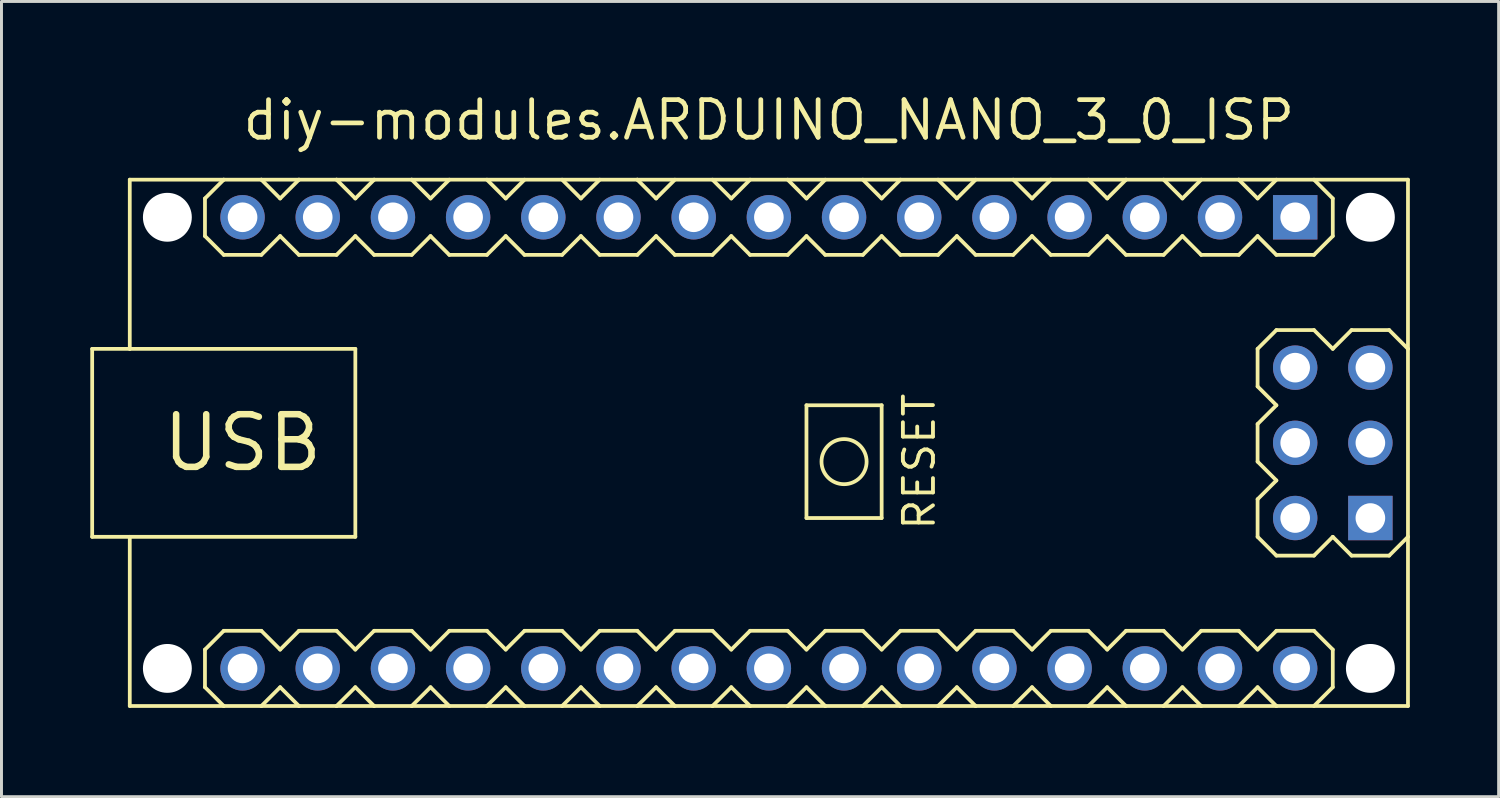
<source format=kicad_pcb>
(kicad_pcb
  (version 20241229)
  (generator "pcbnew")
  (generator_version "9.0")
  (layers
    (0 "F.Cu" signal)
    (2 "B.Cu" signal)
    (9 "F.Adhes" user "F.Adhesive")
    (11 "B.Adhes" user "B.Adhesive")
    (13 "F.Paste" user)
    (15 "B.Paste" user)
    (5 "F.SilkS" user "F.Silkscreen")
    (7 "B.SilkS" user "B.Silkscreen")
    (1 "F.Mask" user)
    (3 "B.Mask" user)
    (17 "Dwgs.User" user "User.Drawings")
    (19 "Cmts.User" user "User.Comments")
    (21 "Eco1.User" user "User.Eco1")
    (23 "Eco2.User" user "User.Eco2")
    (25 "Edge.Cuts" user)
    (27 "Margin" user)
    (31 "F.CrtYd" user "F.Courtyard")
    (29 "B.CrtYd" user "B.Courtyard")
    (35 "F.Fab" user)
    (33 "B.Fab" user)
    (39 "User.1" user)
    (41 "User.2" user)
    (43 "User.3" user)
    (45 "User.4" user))
  (footprint "diy-modules.ARDUINO_NANO_3_0_ISP"
    (layer "F.Cu")
    (at 22.924 11.91)
    (property "Reference" "diy-modules.ARDUINO_NANO_3_0_ISP" (at 0 -10.16 0) (layer "F.SilkS") (effects (font (size 1.27 1.27) (thickness 0.16)) (justify bottom)))
    (attr through_hole)
    (fp_line (start -22.86 -3.175) (end -22.86 3.175) (stroke (width 0.127) (type default)) (layer "F.SilkS"))
    (fp_line (start -22.86 3.175) (end -21.59 3.175) (stroke (width 0.127) (type default)) (layer "F.SilkS"))
    (fp_line (start -21.59 -8.89) (end -21.59 -3.175) (stroke (width 0.127) (type default)) (layer "F.SilkS"))
    (fp_line (start -21.59 -3.175) (end -22.86 -3.175) (stroke (width 0.127) (type default)) (layer "F.SilkS"))
    (fp_line (start -21.59 -3.175) (end -13.97 -3.175) (stroke (width 0.127) (type default)) (layer "F.SilkS"))
    (fp_line (start -21.59 3.175) (end -21.59 8.89) (stroke (width 0.127) (type default)) (layer "F.SilkS"))
    (fp_line (start -21.59 8.89) (end -18.415 8.89) (stroke (width 0.127) (type default)) (layer "F.SilkS"))
    (fp_line (start -19.05 -8.255) (end -19.05 -6.985) (stroke (width 0.127) (type default)) (layer "F.SilkS"))
    (fp_line (start -19.05 -6.985) (end -18.415 -6.35) (stroke (width 0.127) (type default)) (layer "F.SilkS"))
    (fp_line (start -19.05 6.985) (end -19.05 8.255) (stroke (width 0.127) (type default)) (layer "F.SilkS"))
    (fp_line (start -19.05 8.255) (end -18.415 8.89) (stroke (width 0.127) (type default)) (layer "F.SilkS"))
    (fp_line (start -18.415 -8.89) (end -21.59 -8.89) (stroke (width 0.127) (type default)) (layer "F.SilkS"))
    (fp_line (start -18.415 -8.89) (end -19.05 -8.255) (stroke (width 0.127) (type default)) (layer "F.SilkS"))
    (fp_line (start -18.415 -6.35) (end -17.145 -6.35) (stroke (width 0.127) (type default)) (layer "F.SilkS"))
    (fp_line (start -18.415 6.35) (end -19.05 6.985) (stroke (width 0.127) (type default)) (layer "F.SilkS"))
    (fp_line (start -18.415 8.89) (end -17.145 8.89) (stroke (width 0.127) (type default)) (layer "F.SilkS"))
    (fp_line (start -17.145 -8.89) (end -18.415 -8.89) (stroke (width 0.127) (type default)) (layer "F.SilkS"))
    (fp_line (start -17.145 -6.35) (end -16.51 -6.985) (stroke (width 0.127) (type default)) (layer "F.SilkS"))
    (fp_line (start -17.145 6.35) (end -18.415 6.35) (stroke (width 0.127) (type default)) (layer "F.SilkS"))
    (fp_line (start -17.145 8.89) (end -16.51 8.255) (stroke (width 0.127) (type default)) (layer "F.SilkS"))
    (fp_line (start -17.145 8.89) (end -15.875 8.89) (stroke (width 0.127) (type default)) (layer "F.SilkS"))
    (fp_line (start -16.51 -8.255) (end -17.145 -8.89) (stroke (width 0.127) (type default)) (layer "F.SilkS"))
    (fp_line (start -16.51 -6.985) (end -15.875 -6.35) (stroke (width 0.127) (type default)) (layer "F.SilkS"))
    (fp_line (start -16.51 6.985) (end -17.145 6.35) (stroke (width 0.127) (type default)) (layer "F.SilkS"))
    (fp_line (start -16.51 8.255) (end -15.875 8.89) (stroke (width 0.127) (type default)) (layer "F.SilkS"))
    (fp_line (start -15.875 -8.89) (end -17.145 -8.89) (stroke (width 0.127) (type default)) (layer "F.SilkS"))
    (fp_line (start -15.875 -8.89) (end -16.51 -8.255) (stroke (width 0.127) (type default)) (layer "F.SilkS"))
    (fp_line (start -15.875 -6.35) (end -14.605 -6.35) (stroke (width 0.127) (type default)) (layer "F.SilkS"))
    (fp_line (start -15.875 6.35) (end -16.51 6.985) (stroke (width 0.127) (type default)) (layer "F.SilkS"))
    (fp_line (start -15.875 8.89) (end -14.605 8.89) (stroke (width 0.127) (type default)) (layer "F.SilkS"))
    (fp_line (start -14.605 -8.89) (end -15.875 -8.89) (stroke (width 0.127) (type default)) (layer "F.SilkS"))
    (fp_line (start -14.605 -6.35) (end -13.97 -6.985) (stroke (width 0.127) (type default)) (layer "F.SilkS"))
    (fp_line (start -14.605 6.35) (end -15.875 6.35) (stroke (width 0.127) (type default)) (layer "F.SilkS"))
    (fp_line (start -14.605 8.89) (end -13.97 8.255) (stroke (width 0.127) (type default)) (layer "F.SilkS"))
    (fp_line (start -14.605 8.89) (end -13.335 8.89) (stroke (width 0.127) (type default)) (layer "F.SilkS"))
    (fp_line (start -13.97 -8.255) (end -14.605 -8.89) (stroke (width 0.127) (type default)) (layer "F.SilkS"))
    (fp_line (start -13.97 -6.985) (end -13.335 -6.35) (stroke (width 0.127) (type default)) (layer "F.SilkS"))
    (fp_line (start -13.97 -3.175) (end -13.97 3.175) (stroke (width 0.127) (type default)) (layer "F.SilkS"))
    (fp_line (start -13.97 3.175) (end -21.59 3.175) (stroke (width 0.127) (type default)) (layer "F.SilkS"))
    (fp_line (start -13.97 6.985) (end -14.605 6.35) (stroke (width 0.127) (type default)) (layer "F.SilkS"))
    (fp_line (start -13.97 8.255) (end -13.335 8.89) (stroke (width 0.127) (type default)) (layer "F.SilkS"))
    (fp_line (start -13.335 -8.89) (end -14.605 -8.89) (stroke (width 0.127) (type default)) (layer "F.SilkS"))
    (fp_line (start -13.335 -8.89) (end -13.97 -8.255) (stroke (width 0.127) (type default)) (layer "F.SilkS"))
    (fp_line (start -13.335 -6.35) (end -12.065 -6.35) (stroke (width 0.127) (type default)) (layer "F.SilkS"))
    (fp_line (start -13.335 6.35) (end -13.97 6.985) (stroke (width 0.127) (type default)) (layer "F.SilkS"))
    (fp_line (start -13.335 8.89) (end -12.065 8.89) (stroke (width 0.127) (type default)) (layer "F.SilkS"))
    (fp_line (start -12.065 -8.89) (end -13.335 -8.89) (stroke (width 0.127) (type default)) (layer "F.SilkS"))
    (fp_line (start -12.065 -6.35) (end -11.43 -6.985) (stroke (width 0.127) (type default)) (layer "F.SilkS"))
    (fp_line (start -12.065 6.35) (end -13.335 6.35) (stroke (width 0.127) (type default)) (layer "F.SilkS"))
    (fp_line (start -12.065 8.89) (end -11.43 8.255) (stroke (width 0.127) (type default)) (layer "F.SilkS"))
    (fp_line (start -12.065 8.89) (end -9.525 8.89) (stroke (width 0.127) (type default)) (layer "F.SilkS"))
    (fp_line (start -11.43 -8.255) (end -12.065 -8.89) (stroke (width 0.127) (type default)) (layer "F.SilkS"))
    (fp_line (start -11.43 -6.985) (end -10.795 -6.35) (stroke (width 0.127) (type default)) (layer "F.SilkS"))
    (fp_line (start -11.43 6.985) (end -12.065 6.35) (stroke (width 0.127) (type default)) (layer "F.SilkS"))
    (fp_line (start -10.795 -8.89) (end -11.43 -8.255) (stroke (width 0.127) (type default)) (layer "F.SilkS"))
    (fp_line (start -10.795 -6.35) (end -9.525 -6.35) (stroke (width 0.127) (type default)) (layer "F.SilkS"))
    (fp_line (start -10.795 6.35) (end -11.43 6.985) (stroke (width 0.127) (type default)) (layer "F.SilkS"))
    (fp_line (start -10.795 6.35) (end -9.525 6.35) (stroke (width 0.127) (type default)) (layer "F.SilkS"))
    (fp_line (start -10.795 8.89) (end -11.43 8.255) (stroke (width 0.127) (type default)) (layer "F.SilkS"))
    (fp_line (start -9.525 -6.35) (end -8.89 -6.985) (stroke (width 0.127) (type default)) (layer "F.SilkS"))
    (fp_line (start -9.525 6.35) (end -8.89 6.985) (stroke (width 0.127) (type default)) (layer "F.SilkS"))
    (fp_line (start -9.525 8.89) (end -8.89 8.255) (stroke (width 0.127) (type default)) (layer "F.SilkS"))
    (fp_line (start -9.525 8.89) (end -8.255 8.89) (stroke (width 0.127) (type default)) (layer "F.SilkS"))
    (fp_line (start -8.89 -8.255) (end -9.525 -8.89) (stroke (width 0.127) (type default)) (layer "F.SilkS"))
    (fp_line (start -8.89 -6.985) (end -8.255 -6.35) (stroke (width 0.127) (type default)) (layer "F.SilkS"))
    (fp_line (start -8.89 6.985) (end -8.255 6.35) (stroke (width 0.127) (type default)) (layer "F.SilkS"))
    (fp_line (start -8.89 8.255) (end -8.255 8.89) (stroke (width 0.127) (type default)) (layer "F.SilkS"))
    (fp_line (start -8.255 -8.89) (end -8.89 -8.255) (stroke (width 0.127) (type default)) (layer "F.SilkS"))
    (fp_line (start -8.255 -6.35) (end -6.985 -6.35) (stroke (width 0.127) (type default)) (layer "F.SilkS"))
    (fp_line (start -8.255 6.35) (end -6.985 6.35) (stroke (width 0.127) (type default)) (layer "F.SilkS"))
    (fp_line (start -8.255 8.89) (end -6.985 8.89) (stroke (width 0.127) (type default)) (layer "F.SilkS"))
    (fp_line (start -6.985 -6.35) (end -6.35 -6.985) (stroke (width 0.127) (type default)) (layer "F.SilkS"))
    (fp_line (start -6.985 6.35) (end -6.35 6.985) (stroke (width 0.127) (type default)) (layer "F.SilkS"))
    (fp_line (start -6.985 8.89) (end -6.35 8.255) (stroke (width 0.127) (type default)) (layer "F.SilkS"))
    (fp_line (start -6.985 8.89) (end -5.715 8.89) (stroke (width 0.127) (type default)) (layer "F.SilkS"))
    (fp_line (start -6.35 -8.255) (end -6.985 -8.89) (stroke (width 0.127) (type default)) (layer "F.SilkS"))
    (fp_line (start -6.35 -6.985) (end -5.715 -6.35) (stroke (width 0.127) (type default)) (layer "F.SilkS"))
    (fp_line (start -6.35 6.985) (end -5.715 6.35) (stroke (width 0.127) (type default)) (layer "F.SilkS"))
    (fp_line (start -6.35 8.255) (end -5.715 8.89) (stroke (width 0.127) (type default)) (layer "F.SilkS"))
    (fp_line (start -5.715 -8.89) (end -6.35 -8.255) (stroke (width 0.127) (type default)) (layer "F.SilkS"))
    (fp_line (start -5.715 -6.35) (end -4.445 -6.35) (stroke (width 0.127) (type default)) (layer "F.SilkS"))
    (fp_line (start -5.715 6.35) (end -4.445 6.35) (stroke (width 0.127) (type default)) (layer "F.SilkS"))
    (fp_line (start -5.715 8.89) (end -4.445 8.89) (stroke (width 0.127) (type default)) (layer "F.SilkS"))
    (fp_line (start -4.445 -8.89) (end -12.065 -8.89) (stroke (width 0.127) (type default)) (layer "F.SilkS"))
    (fp_line (start -4.445 -6.35) (end -3.81 -6.985) (stroke (width 0.127) (type default)) (layer "F.SilkS"))
    (fp_line (start -4.445 6.35) (end -3.81 6.985) (stroke (width 0.127) (type default)) (layer "F.SilkS"))
    (fp_line (start -4.445 8.89) (end -3.81 8.255) (stroke (width 0.127) (type default)) (layer "F.SilkS"))
    (fp_line (start -4.445 8.89) (end -3.175 8.89) (stroke (width 0.127) (type default)) (layer "F.SilkS"))
    (fp_line (start -3.81 -8.255) (end -4.445 -8.89) (stroke (width 0.127) (type default)) (layer "F.SilkS"))
    (fp_line (start -3.81 -6.985) (end -3.175 -6.35) (stroke (width 0.127) (type default)) (layer "F.SilkS"))
    (fp_line (start -3.81 6.985) (end -3.175 6.35) (stroke (width 0.127) (type default)) (layer "F.SilkS"))
    (fp_line (start -3.81 8.255) (end -3.175 8.89) (stroke (width 0.127) (type default)) (layer "F.SilkS"))
    (fp_line (start -3.175 -8.89) (end -3.81 -8.255) (stroke (width 0.127) (type default)) (layer "F.SilkS"))
    (fp_line (start -3.175 -6.35) (end -1.905 -6.35) (stroke (width 0.127) (type default)) (layer "F.SilkS"))
    (fp_line (start -3.175 6.35) (end -1.905 6.35) (stroke (width 0.127) (type default)) (layer "F.SilkS"))
    (fp_line (start -3.175 8.89) (end -1.905 8.89) (stroke (width 0.127) (type default)) (layer "F.SilkS"))
    (fp_line (start -1.905 -6.35) (end -1.27 -6.985) (stroke (width 0.127) (type default)) (layer "F.SilkS"))
    (fp_line (start -1.905 6.35) (end -1.27 6.985) (stroke (width 0.127) (type default)) (layer "F.SilkS"))
    (fp_line (start -1.905 8.89) (end -1.27 8.255) (stroke (width 0.127) (type default)) (layer "F.SilkS"))
    (fp_line (start -1.905 8.89) (end -0.635 8.89) (stroke (width 0.127) (type default)) (layer "F.SilkS"))
    (fp_line (start -1.27 -8.255) (end -1.905 -8.89) (stroke (width 0.127) (type default)) (layer "F.SilkS"))
    (fp_line (start -1.27 -6.985) (end -0.635 -6.35) (stroke (width 0.127) (type default)) (layer "F.SilkS"))
    (fp_line (start -1.27 6.985) (end -0.635 6.35) (stroke (width 0.127) (type default)) (layer "F.SilkS"))
    (fp_line (start -1.27 8.255) (end -0.635 8.89) (stroke (width 0.127) (type default)) (layer "F.SilkS"))
    (fp_line (start -0.635 -8.89) (end -1.27 -8.255) (stroke (width 0.127) (type default)) (layer "F.SilkS"))
    (fp_line (start -0.635 -6.35) (end 0.635 -6.35) (stroke (width 0.127) (type default)) (layer "F.SilkS"))
    (fp_line (start -0.635 6.35) (end 0.635 6.35) (stroke (width 0.127) (type default)) (layer "F.SilkS"))
    (fp_line (start -0.635 8.89) (end 0.635 8.89) (stroke (width 0.127) (type default)) (layer "F.SilkS"))
    (fp_line (start 0.635 -6.35) (end 1.27 -6.985) (stroke (width 0.127) (type default)) (layer "F.SilkS"))
    (fp_line (start 0.635 6.35) (end 1.27 6.985) (stroke (width 0.127) (type default)) (layer "F.SilkS"))
    (fp_line (start 0.635 8.89) (end 1.27 8.255) (stroke (width 0.127) (type default)) (layer "F.SilkS"))
    (fp_line (start 0.635 8.89) (end 1.905 8.89) (stroke (width 0.127) (type default)) (layer "F.SilkS"))
    (fp_line (start 1.27 -8.255) (end 0.635 -8.89) (stroke (width 0.127) (type default)) (layer "F.SilkS"))
    (fp_line (start 1.27 -6.985) (end 1.905 -6.35) (stroke (width 0.127) (type default)) (layer "F.SilkS"))
    (fp_line (start 1.27 -1.27) (end 1.27 2.54) (stroke (width 0.127) (type default)) (layer "F.SilkS"))
    (fp_line (start 1.27 2.54) (end 3.81 2.54) (stroke (width 0.127) (type default)) (layer "F.SilkS"))
    (fp_line (start 1.27 6.985) (end 1.905 6.35) (stroke (width 0.127) (type default)) (layer "F.SilkS"))
    (fp_line (start 1.27 8.255) (end 1.905 8.89) (stroke (width 0.127) (type default)) (layer "F.SilkS"))
    (fp_line (start 1.905 -8.89) (end 1.27 -8.255) (stroke (width 0.127) (type default)) (layer "F.SilkS"))
    (fp_line (start 1.905 -6.35) (end 3.175 -6.35) (stroke (width 0.127) (type default)) (layer "F.SilkS"))
    (fp_line (start 1.905 6.35) (end 3.175 6.35) (stroke (width 0.127) (type default)) (layer "F.SilkS"))
    (fp_line (start 1.905 8.89) (end 3.175 8.89) (stroke (width 0.127) (type default)) (layer "F.SilkS"))
    (fp_line (start 3.175 -6.35) (end 3.81 -6.985) (stroke (width 0.127) (type default)) (layer "F.SilkS"))
    (fp_line (start 3.175 6.35) (end 3.81 6.985) (stroke (width 0.127) (type default)) (layer "F.SilkS"))
    (fp_line (start 3.175 8.89) (end 3.81 8.255) (stroke (width 0.127) (type default)) (layer "F.SilkS"))
    (fp_line (start 3.175 8.89) (end 4.445 8.89) (stroke (width 0.127) (type default)) (layer "F.SilkS"))
    (fp_line (start 3.81 -8.255) (end 3.175 -8.89) (stroke (width 0.127) (type default)) (layer "F.SilkS"))
    (fp_line (start 3.81 -6.985) (end 4.445 -6.35) (stroke (width 0.127) (type default)) (layer "F.SilkS"))
    (fp_line (start 3.81 -1.27) (end 1.27 -1.27) (stroke (width 0.127) (type default)) (layer "F.SilkS"))
    (fp_line (start 3.81 2.54) (end 3.81 -1.27) (stroke (width 0.127) (type default)) (layer "F.SilkS"))
    (fp_line (start 3.81 6.985) (end 4.445 6.35) (stroke (width 0.127) (type default)) (layer "F.SilkS"))
    (fp_line (start 3.81 8.255) (end 4.445 8.89) (stroke (width 0.127) (type default)) (layer "F.SilkS"))
    (fp_line (start 4.445 -8.89) (end 3.81 -8.255) (stroke (width 0.127) (type default)) (layer "F.SilkS"))
    (fp_line (start 4.445 -6.35) (end 5.715 -6.35) (stroke (width 0.127) (type default)) (layer "F.SilkS"))
    (fp_line (start 4.445 6.35) (end 5.715 6.35) (stroke (width 0.127) (type default)) (layer "F.SilkS"))
    (fp_line (start 4.445 8.89) (end 5.715 8.89) (stroke (width 0.127) (type default)) (layer "F.SilkS"))
    (fp_line (start 5.715 -6.35) (end 6.35 -6.985) (stroke (width 0.127) (type default)) (layer "F.SilkS"))
    (fp_line (start 5.715 6.35) (end 6.35 6.985) (stroke (width 0.127) (type default)) (layer "F.SilkS"))
    (fp_line (start 5.715 8.89) (end 6.35 8.255) (stroke (width 0.127) (type default)) (layer "F.SilkS"))
    (fp_line (start 5.715 8.89) (end 6.985 8.89) (stroke (width 0.127) (type default)) (layer "F.SilkS"))
    (fp_line (start 6.35 -8.255) (end 5.715 -8.89) (stroke (width 0.127) (type default)) (layer "F.SilkS"))
    (fp_line (start 6.35 -6.985) (end 6.985 -6.35) (stroke (width 0.127) (type default)) (layer "F.SilkS"))
    (fp_line (start 6.35 6.985) (end 6.985 6.35) (stroke (width 0.127) (type default)) (layer "F.SilkS"))
    (fp_line (start 6.35 8.255) (end 6.985 8.89) (stroke (width 0.127) (type default)) (layer "F.SilkS"))
    (fp_line (start 6.985 -8.89) (end 6.35 -8.255) (stroke (width 0.127) (type default)) (layer "F.SilkS"))
    (fp_line (start 6.985 -6.35) (end 8.255 -6.35) (stroke (width 0.127) (type default)) (layer "F.SilkS"))
    (fp_line (start 6.985 6.35) (end 8.255 6.35) (stroke (width 0.127) (type default)) (layer "F.SilkS"))
    (fp_line (start 6.985 8.89) (end 8.255 8.89) (stroke (width 0.127) (type default)) (layer "F.SilkS"))
    (fp_line (start 8.255 -6.35) (end 8.89 -6.985) (stroke (width 0.127) (type default)) (layer "F.SilkS"))
    (fp_line (start 8.255 6.35) (end 8.89 6.985) (stroke (width 0.127) (type default)) (layer "F.SilkS"))
    (fp_line (start 8.255 8.89) (end 8.89 8.255) (stroke (width 0.127) (type default)) (layer "F.SilkS"))
    (fp_line (start 8.255 8.89) (end 9.525 8.89) (stroke (width 0.127) (type default)) (layer "F.SilkS"))
    (fp_line (start 8.89 -8.255) (end 8.255 -8.89) (stroke (width 0.127) (type default)) (layer "F.SilkS"))
    (fp_line (start 8.89 -6.985) (end 9.525 -6.35) (stroke (width 0.127) (type default)) (layer "F.SilkS"))
    (fp_line (start 8.89 6.985) (end 9.525 6.35) (stroke (width 0.127) (type default)) (layer "F.SilkS"))
    (fp_line (start 8.89 8.255) (end 9.525 8.89) (stroke (width 0.127) (type default)) (layer "F.SilkS"))
    (fp_line (start 9.525 -8.89) (end 8.89 -8.255) (stroke (width 0.127) (type default)) (layer "F.SilkS"))
    (fp_line (start 9.525 -6.35) (end 10.795 -6.35) (stroke (width 0.127) (type default)) (layer "F.SilkS"))
    (fp_line (start 9.525 6.35) (end 10.795 6.35) (stroke (width 0.127) (type default)) (layer "F.SilkS"))
    (fp_line (start 9.525 8.89) (end 10.795 8.89) (stroke (width 0.127) (type default)) (layer "F.SilkS"))
    (fp_line (start 10.795 -6.35) (end 11.43 -6.985) (stroke (width 0.127) (type default)) (layer "F.SilkS"))
    (fp_line (start 10.795 6.35) (end 11.43 6.985) (stroke (width 0.127) (type default)) (layer "F.SilkS"))
    (fp_line (start 10.795 8.89) (end 11.43 8.255) (stroke (width 0.127) (type default)) (layer "F.SilkS"))
    (fp_line (start 10.795 8.89) (end 12.065 8.89) (stroke (width 0.127) (type default)) (layer "F.SilkS"))
    (fp_line (start 11.43 -8.255) (end 10.795 -8.89) (stroke (width 0.127) (type default)) (layer "F.SilkS"))
    (fp_line (start 11.43 -8.255) (end 12.065 -8.89) (stroke (width 0.127) (type default)) (layer "F.SilkS"))
    (fp_line (start 11.43 -6.985) (end 12.065 -6.35) (stroke (width 0.127) (type default)) (layer "F.SilkS"))
    (fp_line (start 11.43 6.985) (end 12.065 6.35) (stroke (width 0.127) (type default)) (layer "F.SilkS"))
    (fp_line (start 11.43 8.255) (end 12.065 8.89) (stroke (width 0.127) (type default)) (layer "F.SilkS"))
    (fp_line (start 12.065 -8.89) (end -4.445 -8.89) (stroke (width 0.127) (type default)) (layer "F.SilkS"))
    (fp_line (start 12.065 -6.35) (end 13.335 -6.35) (stroke (width 0.127) (type default)) (layer "F.SilkS"))
    (fp_line (start 12.065 6.35) (end 13.335 6.35) (stroke (width 0.127) (type default)) (layer "F.SilkS"))
    (fp_line (start 12.065 8.89) (end 13.335 8.89) (stroke (width 0.127) (type default)) (layer "F.SilkS"))
    (fp_line (start 13.335 -6.35) (end 13.97 -6.985) (stroke (width 0.127) (type default)) (layer "F.SilkS"))
    (fp_line (start 13.335 6.35) (end 13.97 6.985) (stroke (width 0.127) (type default)) (layer "F.SilkS"))
    (fp_line (start 13.335 8.89) (end 13.97 8.255) (stroke (width 0.127) (type default)) (layer "F.SilkS"))
    (fp_line (start 13.335 8.89) (end 14.605 8.89) (stroke (width 0.127) (type default)) (layer "F.SilkS"))
    (fp_line (start 13.97 -8.255) (end 13.335 -8.89) (stroke (width 0.127) (type default)) (layer "F.SilkS"))
    (fp_line (start 13.97 -6.985) (end 14.605 -6.35) (stroke (width 0.127) (type default)) (layer "F.SilkS"))
    (fp_line (start 13.97 6.985) (end 14.605 6.35) (stroke (width 0.127) (type default)) (layer "F.SilkS"))
    (fp_line (start 13.97 8.255) (end 14.605 8.89) (stroke (width 0.127) (type default)) (layer "F.SilkS"))
    (fp_line (start 14.605 -8.89) (end 13.97 -8.255) (stroke (width 0.127) (type default)) (layer "F.SilkS"))
    (fp_line (start 14.605 -6.35) (end 15.875 -6.35) (stroke (width 0.127) (type default)) (layer "F.SilkS"))
    (fp_line (start 14.605 6.35) (end 15.875 6.35) (stroke (width 0.127) (type default)) (layer "F.SilkS"))
    (fp_line (start 14.605 8.89) (end 15.875 8.89) (stroke (width 0.127) (type default)) (layer "F.SilkS"))
    (fp_line (start 15.875 -8.89) (end 12.065 -8.89) (stroke (width 0.127) (type default)) (layer "F.SilkS"))
    (fp_line (start 15.875 -6.35) (end 16.51 -6.985) (stroke (width 0.127) (type default)) (layer "F.SilkS"))
    (fp_line (start 15.875 6.35) (end 16.51 6.985) (stroke (width 0.127) (type default)) (layer "F.SilkS"))
    (fp_line (start 15.875 8.89) (end 17.145 8.89) (stroke (width 0.127) (type default)) (layer "F.SilkS"))
    (fp_line (start 16.51 -8.255) (end 15.875 -8.89) (stroke (width 0.127) (type default)) (layer "F.SilkS"))
    (fp_line (start 16.51 -6.985) (end 17.145 -6.35) (stroke (width 0.127) (type default)) (layer "F.SilkS"))
    (fp_line (start 16.51 -3.175) (end 16.51 -1.905) (stroke (width 0.127) (type default)) (layer "F.SilkS"))
    (fp_line (start 16.51 -1.905) (end 17.145 -1.27) (stroke (width 0.127) (type default)) (layer "F.SilkS"))
    (fp_line (start 16.51 -0.635) (end 16.51 0.635) (stroke (width 0.127) (type default)) (layer "F.SilkS"))
    (fp_line (start 16.51 0.635) (end 17.145 1.27) (stroke (width 0.127) (type default)) (layer "F.SilkS"))
    (fp_line (start 16.51 1.905) (end 16.51 3.175) (stroke (width 0.127) (type default)) (layer "F.SilkS"))
    (fp_line (start 16.51 3.175) (end 17.145 3.81) (stroke (width 0.127) (type default)) (layer "F.SilkS"))
    (fp_line (start 16.51 6.985) (end 17.145 6.35) (stroke (width 0.127) (type default)) (layer "F.SilkS"))
    (fp_line (start 16.51 8.255) (end 15.875 8.89) (stroke (width 0.127) (type default)) (layer "F.SilkS"))
    (fp_line (start 17.145 -8.89) (end 16.51 -8.255) (stroke (width 0.127) (type default)) (layer "F.SilkS"))
    (fp_line (start 17.145 -6.35) (end 18.415 -6.35) (stroke (width 0.127) (type default)) (layer "F.SilkS"))
    (fp_line (start 17.145 -3.81) (end 16.51 -3.175) (stroke (width 0.127) (type default)) (layer "F.SilkS"))
    (fp_line (start 17.145 -1.27) (end 16.51 -0.635) (stroke (width 0.127) (type default)) (layer "F.SilkS"))
    (fp_line (start 17.145 1.27) (end 16.51 1.905) (stroke (width 0.127) (type default)) (layer "F.SilkS"))
    (fp_line (start 17.145 3.81) (end 18.415 3.81) (stroke (width 0.127) (type default)) (layer "F.SilkS"))
    (fp_line (start 17.145 6.35) (end 18.415 6.35) (stroke (width 0.127) (type default)) (layer "F.SilkS"))
    (fp_line (start 17.145 8.89) (end 16.51 8.255) (stroke (width 0.127) (type default)) (layer "F.SilkS"))
    (fp_line (start 18.415 -6.35) (end 19.05 -6.985) (stroke (width 0.127) (type default)) (layer "F.SilkS"))
    (fp_line (start 18.415 -3.81) (end 17.145 -3.81) (stroke (width 0.127) (type default)) (layer "F.SilkS"))
    (fp_line (start 18.415 3.81) (end 19.05 3.175) (stroke (width 0.127) (type default)) (layer "F.SilkS"))
    (fp_line (start 18.415 8.89) (end 19.05 8.255) (stroke (width 0.127) (type default)) (layer "F.SilkS"))
    (fp_line (start 19.05 -8.255) (end 18.415 -8.89) (stroke (width 0.127) (type default)) (layer "F.SilkS"))
    (fp_line (start 19.05 -8.255) (end 19.05 -6.985) (stroke (width 0.127) (type default)) (layer "F.SilkS"))
    (fp_line (start 19.05 -3.175) (end 18.415 -3.81) (stroke (width 0.127) (type default)) (layer "F.SilkS"))
    (fp_line (start 19.05 3.175) (end 19.685 3.81) (stroke (width 0.127) (type default)) (layer "F.SilkS"))
    (fp_line (start 19.05 6.985) (end 18.415 6.35) (stroke (width 0.127) (type default)) (layer "F.SilkS"))
    (fp_line (start 19.05 6.985) (end 19.05 8.255) (stroke (width 0.127) (type default)) (layer "F.SilkS"))
    (fp_line (start 19.685 -3.81) (end 19.05 -3.175) (stroke (width 0.127) (type default)) (layer "F.SilkS"))
    (fp_line (start 19.685 3.81) (end 20.955 3.81) (stroke (width 0.127) (type default)) (layer "F.SilkS"))
    (fp_line (start 20.955 -3.81) (end 19.685 -3.81) (stroke (width 0.127) (type default)) (layer "F.SilkS"))
    (fp_line (start 20.955 3.81) (end 21.59 3.175) (stroke (width 0.127) (type default)) (layer "F.SilkS"))
    (fp_line (start 21.59 -8.89) (end 15.875 -8.89) (stroke (width 0.127) (type default)) (layer "F.SilkS"))
    (fp_line (start 21.59 -8.89) (end 21.59 -3.175) (stroke (width 0.127) (type default)) (layer "F.SilkS"))
    (fp_line (start 21.59 -3.175) (end 20.955 -3.81) (stroke (width 0.127) (type default)) (layer "F.SilkS"))
    (fp_line (start 21.59 -3.175) (end 21.59 3.175) (stroke (width 0.127) (type default)) (layer "F.SilkS"))
    (fp_line (start 21.59 3.175) (end 21.59 8.89) (stroke (width 0.127) (type default)) (layer "F.SilkS"))
    (fp_line (start 21.59 8.89) (end 17.145 8.89) (stroke (width 0.127) (type default)) (layer "F.SilkS"))
    (fp_circle (center 2.54 0.635) (end 3.302 0.635) (stroke (width 0.127) (type default)) (fill no) (layer "F.SilkS"))
    (fp_text user "RESET" (at 5.08 0.635 90) (layer "F.SilkS") (effects (font (size 1.016 1.016) (thickness 0.13))))
    (fp_text user "USB" (at -17.78 0 0) (layer "F.SilkS") (effects (font (size 1.778 1.778) (thickness 0.22))))
    (pad "" np_thru_hole circle (at -20.32 -7.62) (size 1.651 1.651) (drill 1.651) (layers "*.Cu" "*.Mask"))
    (pad "" np_thru_hole circle (at -20.32 7.62) (size 1.651 1.651) (drill 1.651) (layers "*.Cu" "*.Mask"))
    (pad "" np_thru_hole circle (at 20.32 -7.62) (size 1.651 1.651) (drill 1.651) (layers "*.Cu" "*.Mask"))
    (pad "" np_thru_hole circle (at 20.32 7.62) (size 1.651 1.651) (drill 1.651) (layers "*.Cu" "*.Mask"))
    (pad "J1.1" thru_hole rect (at 17.78 -7.62) (size 1.5 1.5) (drill 1) (layers "*.Cu" "*.Mask"))
    (pad "J1.2" thru_hole circle (at 15.24 -7.62) (size 1.5 1.5) (drill 1) (layers "*.Cu" "*.Mask"))
    (pad "J1.3" thru_hole circle (at 12.7 -7.62) (size 1.5 1.5) (drill 1) (layers "*.Cu" "*.Mask"))
    (pad "J1.4" thru_hole circle (at 10.16 -7.62) (size 1.5 1.5) (drill 1) (layers "*.Cu" "*.Mask"))
    (pad "J1.5" thru_hole circle (at 7.62 -7.62) (size 1.5 1.5) (drill 1) (layers "*.Cu" "*.Mask"))
    (pad "J1.6" thru_hole circle (at 5.08 -7.62) (size 1.5 1.5) (drill 1) (layers "*.Cu" "*.Mask"))
    (pad "J1.7" thru_hole circle (at 2.54 -7.62) (size 1.5 1.5) (drill 1) (layers "*.Cu" "*.Mask"))
    (pad "J1.8" thru_hole circle (at 0 -7.62) (size 1.5 1.5) (drill 1) (layers "*.Cu" "*.Mask"))
    (pad "J1.9" thru_hole circle (at -2.54 -7.62) (size 1.5 1.5) (drill 1) (layers "*.Cu" "*.Mask"))
    (pad "J1.10" thru_hole circle (at -5.08 -7.62) (size 1.5 1.5) (drill 1) (layers "*.Cu" "*.Mask"))
    (pad "J1.11" thru_hole circle (at -7.62 -7.62) (size 1.5 1.5) (drill 1) (layers "*.Cu" "*.Mask"))
    (pad "J1.12" thru_hole circle (at -10.16 -7.62) (size 1.5 1.5) (drill 1) (layers "*.Cu" "*.Mask"))
    (pad "J1.13" thru_hole circle (at -12.7 -7.62) (size 1.5 1.5) (drill 1) (layers "*.Cu" "*.Mask"))
    (pad "J1.14" thru_hole circle (at -15.24 -7.62) (size 1.5 1.5) (drill 1) (layers "*.Cu" "*.Mask"))
    (pad "J1.15" thru_hole circle (at -17.78 -7.62) (size 1.5 1.5) (drill 1) (layers "*.Cu" "*.Mask"))
    (pad "J2.1" thru_hole circle (at 17.78 7.62) (size 1.5 1.5) (drill 1) (layers "*.Cu" "*.Mask"))
    (pad "J2.2" thru_hole circle (at 15.24 7.62) (size 1.5 1.5) (drill 1) (layers "*.Cu" "*.Mask"))
    (pad "J2.3" thru_hole circle (at 12.7 7.62) (size 1.5 1.5) (drill 1) (layers "*.Cu" "*.Mask"))
    (pad "J2.4" thru_hole circle (at 10.16 7.62) (size 1.5 1.5) (drill 1) (layers "*.Cu" "*.Mask"))
    (pad "J2.5" thru_hole circle (at 7.62 7.62) (size 1.5 1.5) (drill 1) (layers "*.Cu" "*.Mask"))
    (pad "J2.6" thru_hole circle (at 5.08 7.62) (size 1.5 1.5) (drill 1) (layers "*.Cu" "*.Mask"))
    (pad "J2.7" thru_hole circle (at 2.54 7.62) (size 1.5 1.5) (drill 1) (layers "*.Cu" "*.Mask"))
    (pad "J2.8" thru_hole circle (at 0 7.62) (size 1.5 1.5) (drill 1) (layers "*.Cu" "*.Mask"))
    (pad "J2.9" thru_hole circle (at -2.54 7.62) (size 1.5 1.5) (drill 1) (layers "*.Cu" "*.Mask"))
    (pad "J2.10" thru_hole circle (at -5.08 7.62) (size 1.5 1.5) (drill 1) (layers "*.Cu" "*.Mask"))
    (pad "J2.11" thru_hole circle (at -7.62 7.62) (size 1.5 1.5) (drill 1) (layers "*.Cu" "*.Mask"))
    (pad "J2.12" thru_hole circle (at -10.16 7.62) (size 1.5 1.5) (drill 1) (layers "*.Cu" "*.Mask"))
    (pad "J2.13" thru_hole circle (at -12.7 7.62) (size 1.5 1.5) (drill 1) (layers "*.Cu" "*.Mask"))
    (pad "J2.14" thru_hole circle (at -15.24 7.62) (size 1.5 1.5) (drill 1) (layers "*.Cu" "*.Mask"))
    (pad "J2.15" thru_hole circle (at -17.78 7.62) (size 1.5 1.5) (drill 1) (layers "*.Cu" "*.Mask"))
    (pad "J4.1" thru_hole rect (at 20.32 2.54) (size 1.5 1.5) (drill 1) (layers "*.Cu" "*.Mask"))
    (pad "J4.2" thru_hole circle (at 17.78 2.54) (size 1.5 1.5) (drill 1) (layers "*.Cu" "*.Mask"))
    (pad "J4.3" thru_hole circle (at 20.32 0) (size 1.5 1.5) (drill 1) (layers "*.Cu" "*.Mask"))
    (pad "J4.4" thru_hole circle (at 17.78 0) (size 1.5 1.5) (drill 1) (layers "*.Cu" "*.Mask"))
    (pad "J4.5" thru_hole circle (at 20.32 -2.54) (size 1.5 1.5) (drill 1) (layers "*.Cu" "*.Mask"))
    (pad "J4.6" thru_hole circle (at 17.78 -2.54) (size 1.5 1.5) (drill 1) (layers "*.Cu" "*.Mask")))
  (gr_rect
    (start -3 -3)
    (end 47.577 23.863)
    (stroke (width 0.1) (type default))
    (fill no)
    (layer "Edge.Cuts")))
</source>
